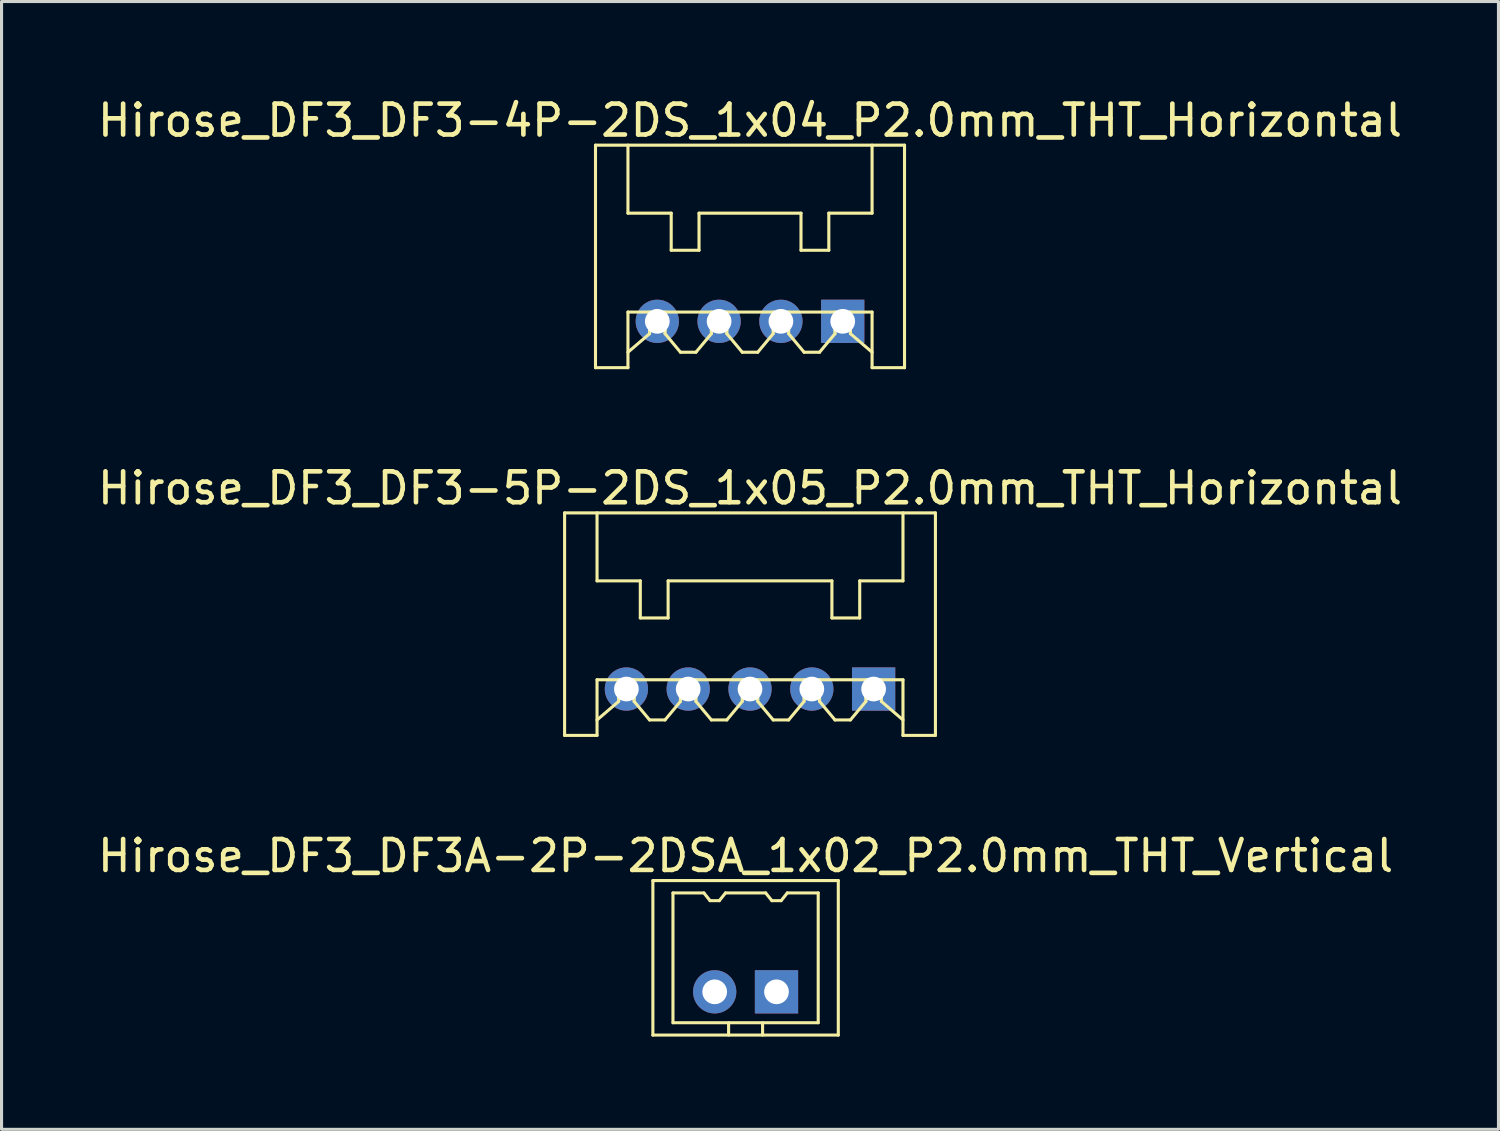
<source format=kicad_pcb>
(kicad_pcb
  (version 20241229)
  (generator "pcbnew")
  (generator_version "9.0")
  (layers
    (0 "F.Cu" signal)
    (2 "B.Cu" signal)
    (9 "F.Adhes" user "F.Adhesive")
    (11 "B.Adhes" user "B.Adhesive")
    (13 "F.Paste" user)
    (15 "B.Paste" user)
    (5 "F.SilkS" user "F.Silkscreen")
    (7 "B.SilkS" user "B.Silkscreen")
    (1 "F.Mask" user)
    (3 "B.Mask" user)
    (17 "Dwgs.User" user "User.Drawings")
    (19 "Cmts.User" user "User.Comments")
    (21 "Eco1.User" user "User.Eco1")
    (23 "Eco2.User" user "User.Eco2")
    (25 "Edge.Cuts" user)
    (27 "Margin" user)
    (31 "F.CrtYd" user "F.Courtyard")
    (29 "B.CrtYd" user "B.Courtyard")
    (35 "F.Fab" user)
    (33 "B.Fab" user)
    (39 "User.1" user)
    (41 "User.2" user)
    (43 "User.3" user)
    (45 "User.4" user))
  (footprint "Hirose_DF3_DF3-5P-2DS_1x05_P2.0mm_THT_Horizontal"
    (layer "F.Cu")
    (at 21.22 19.247)
    (property "Reference" "Hirose_DF3_DF3-5P-2DS_1x05_P2.0mm_THT_Horizontal" (at 0 -6.5 0) (layer "F.SilkS") (effects (font (size 1 1) (thickness 0.15))))
    (attr through_hole)
    (fp_line (start -6 -5.7) (end 6 -5.7) (stroke (width 0.1) (type solid)) (layer "F.SilkS"))
    (fp_line (start -6 1.5) (end -6 -5.7) (stroke (width 0.1) (type solid)) (layer "F.SilkS"))
    (fp_line (start -6 1.5) (end -4.95 1.5) (stroke (width 0.1) (type solid)) (layer "F.SilkS"))
    (fp_line (start -4.95 -5.7) (end -4.95 -3.5) (stroke (width 0.1) (type solid)) (layer "F.SilkS"))
    (fp_line (start -4.95 -0.3) (end 4.95 -0.3) (stroke (width 0.1) (type solid)) (layer "F.SilkS"))
    (fp_line (start -4.95 1) (end -4.25 0.4) (stroke (width 0.1) (type solid)) (layer "F.SilkS"))
    (fp_line (start -4.95 1.5) (end -4.95 -0.3) (stroke (width 0.1) (type solid)) (layer "F.SilkS"))
    (fp_line (start -4.25 -0.3) (end -4.25 0.4) (stroke (width 0.1) (type solid)) (layer "F.SilkS"))
    (fp_line (start -4.25 0.3) (end -3.75 0.3) (stroke (width 0.1) (type solid)) (layer "F.SilkS"))
    (fp_line (start -3.75 0.4) (end -3.75 -0.3) (stroke (width 0.1) (type solid)) (layer "F.SilkS"))
    (fp_line (start -3.55 -3.5) (end -4.95 -3.5) (stroke (width 0.1) (type solid)) (layer "F.SilkS"))
    (fp_line (start -3.55 -2.3) (end -3.55 -3.5) (stroke (width 0.1) (type solid)) (layer "F.SilkS"))
    (fp_line (start -3.55 -2.3) (end -2.65 -2.3) (stroke (width 0.1) (type solid)) (layer "F.SilkS"))
    (fp_line (start -3.25 1) (end -3.75 0.4) (stroke (width 0.1) (type solid)) (layer "F.SilkS"))
    (fp_line (start -2.75 1) (end -3.25 1) (stroke (width 0.1) (type solid)) (layer "F.SilkS"))
    (fp_line (start -2.65 -3.5) (end 2.65 -3.5) (stroke (width 0.1) (type solid)) (layer "F.SilkS"))
    (fp_line (start -2.65 -2.3) (end -2.65 -3.5) (stroke (width 0.1) (type solid)) (layer "F.SilkS"))
    (fp_line (start -2.25 -0.3) (end -2.25 0.4) (stroke (width 0.1) (type solid)) (layer "F.SilkS"))
    (fp_line (start -2.25 0.3) (end -1.75 0.3) (stroke (width 0.1) (type solid)) (layer "F.SilkS"))
    (fp_line (start -2.25 0.4) (end -2.75 1) (stroke (width 0.1) (type solid)) (layer "F.SilkS"))
    (fp_line (start -1.75 0.4) (end -1.75 -0.3) (stroke (width 0.1) (type solid)) (layer "F.SilkS"))
    (fp_line (start -1.25 1) (end -1.75 0.4) (stroke (width 0.1) (type solid)) (layer "F.SilkS"))
    (fp_line (start -0.75 1) (end -1.25 1) (stroke (width 0.1) (type solid)) (layer "F.SilkS"))
    (fp_line (start -0.25 0.3) (end 0.25 0.3) (stroke (width 0.1) (type solid)) (layer "F.SilkS"))
    (fp_line (start -0.25 0.4) (end -0.75 1) (stroke (width 0.1) (type solid)) (layer "F.SilkS"))
    (fp_line (start -0.25 0.4) (end -0.25 -0.3) (stroke (width 0.1) (type solid)) (layer "F.SilkS"))
    (fp_line (start 0.25 0.4) (end 0.25 -0.3) (stroke (width 0.1) (type solid)) (layer "F.SilkS"))
    (fp_line (start 0.75 1) (end 0.25 0.4) (stroke (width 0.1) (type solid)) (layer "F.SilkS"))
    (fp_line (start 1.25 1) (end 0.75 1) (stroke (width 0.1) (type solid)) (layer "F.SilkS"))
    (fp_line (start 1.75 0.3) (end 2.25 0.3) (stroke (width 0.1) (type solid)) (layer "F.SilkS"))
    (fp_line (start 1.75 0.4) (end 1.25 1) (stroke (width 0.1) (type solid)) (layer "F.SilkS"))
    (fp_line (start 1.75 0.4) (end 1.75 -0.3) (stroke (width 0.1) (type solid)) (layer "F.SilkS"))
    (fp_line (start 2.25 -0.3) (end 2.25 0.4) (stroke (width 0.1) (type solid)) (layer "F.SilkS"))
    (fp_line (start 2.25 0.4) (end 2.75 1) (stroke (width 0.1) (type solid)) (layer "F.SilkS"))
    (fp_line (start 2.65 -3.5) (end 2.65 -2.3) (stroke (width 0.1) (type solid)) (layer "F.SilkS"))
    (fp_line (start 2.65 -2.3) (end 3.55 -2.3) (stroke (width 0.1) (type solid)) (layer "F.SilkS"))
    (fp_line (start 2.75 1) (end 3.25 1) (stroke (width 0.1) (type solid)) (layer "F.SilkS"))
    (fp_line (start 3.25 1) (end 3.75 0.4) (stroke (width 0.1) (type solid)) (layer "F.SilkS"))
    (fp_line (start 3.55 -3.5) (end 4.95 -3.5) (stroke (width 0.1) (type solid)) (layer "F.SilkS"))
    (fp_line (start 3.55 -2.3) (end 3.55 -3.5) (stroke (width 0.1) (type solid)) (layer "F.SilkS"))
    (fp_line (start 3.75 0.3) (end 4.25 0.3) (stroke (width 0.1) (type solid)) (layer "F.SilkS"))
    (fp_line (start 3.75 0.4) (end 3.75 -0.3) (stroke (width 0.1) (type solid)) (layer "F.SilkS"))
    (fp_line (start 4.25 0.4) (end 4.25 -0.3) (stroke (width 0.1) (type solid)) (layer "F.SilkS"))
    (fp_line (start 4.95 -3.5) (end 4.95 -5.7) (stroke (width 0.1) (type solid)) (layer "F.SilkS"))
    (fp_line (start 4.95 -0.3) (end 4.95 1.5) (stroke (width 0.1) (type solid)) (layer "F.SilkS"))
    (fp_line (start 4.95 1) (end 4.25 0.4) (stroke (width 0.1) (type solid)) (layer "F.SilkS"))
    (fp_line (start 4.95 1.5) (end 6 1.5) (stroke (width 0.1) (type solid)) (layer "F.SilkS"))
    (fp_line (start 6 1.5) (end 6 -5.7) (stroke (width 0.1) (type solid)) (layer "F.SilkS"))
    (pad "1" thru_hole rect (at 4 0) (size 1.4 1.4) (drill 0.8) (layers "*.Cu" "*.Mask"))
    (pad "2" thru_hole circle (at 2 0) (size 1.4 1.4) (drill 0.8) (layers "*.Cu" "*.Mask"))
    (pad "3" thru_hole circle (at 0 0) (size 1.4 1.4) (drill 0.8) (layers "*.Cu" "*.Mask"))
    (pad "4" thru_hole circle (at -2 0) (size 1.4 1.4) (drill 0.8) (layers "*.Cu" "*.Mask"))
    (pad "5" thru_hole circle (at -4 0) (size 1.4 1.4) (drill 0.8) (layers "*.Cu" "*.Mask")))
  (footprint "Hirose_DF3_DF3-4P-2DS_1x04_P2.0mm_THT_Horizontal"
    (layer "F.Cu")
    (at 21.22 7.348)
    (property "Reference" "Hirose_DF3_DF3-4P-2DS_1x04_P2.0mm_THT_Horizontal" (at 0 -6.5 0) (layer "F.SilkS") (effects (font (size 1 1) (thickness 0.15))))
    (attr through_hole)
    (fp_line (start -5 -5.7) (end 5 -5.7) (stroke (width 0.1) (type solid)) (layer "F.SilkS"))
    (fp_line (start -5 1.5) (end -5 -5.7) (stroke (width 0.1) (type solid)) (layer "F.SilkS"))
    (fp_line (start -5 1.5) (end -3.95 1.5) (stroke (width 0.1) (type solid)) (layer "F.SilkS"))
    (fp_line (start -3.95 -5.7) (end -3.95 -3.5) (stroke (width 0.1) (type solid)) (layer "F.SilkS"))
    (fp_line (start -3.95 -0.3) (end 3.95 -0.3) (stroke (width 0.1) (type solid)) (layer "F.SilkS"))
    (fp_line (start -3.95 1) (end -3.25 0.4) (stroke (width 0.1) (type solid)) (layer "F.SilkS"))
    (fp_line (start -3.95 1.5) (end -3.95 -0.3) (stroke (width 0.1) (type solid)) (layer "F.SilkS"))
    (fp_line (start -3.25 -0.3) (end -3.25 0.4) (stroke (width 0.1) (type solid)) (layer "F.SilkS"))
    (fp_line (start -3.25 0.3) (end -2.75 0.3) (stroke (width 0.1) (type solid)) (layer "F.SilkS"))
    (fp_line (start -2.75 0.4) (end -2.75 -0.3) (stroke (width 0.1) (type solid)) (layer "F.SilkS"))
    (fp_line (start -2.55 -3.5) (end -3.95 -3.5) (stroke (width 0.1) (type solid)) (layer "F.SilkS"))
    (fp_line (start -2.55 -2.3) (end -2.55 -3.5) (stroke (width 0.1) (type solid)) (layer "F.SilkS"))
    (fp_line (start -2.55 -2.3) (end -1.65 -2.3) (stroke (width 0.1) (type solid)) (layer "F.SilkS"))
    (fp_line (start -2.25 1) (end -2.75 0.4) (stroke (width 0.1) (type solid)) (layer "F.SilkS"))
    (fp_line (start -1.75 1) (end -2.25 1) (stroke (width 0.1) (type solid)) (layer "F.SilkS"))
    (fp_line (start -1.65 -3.5) (end 1.65 -3.5) (stroke (width 0.1) (type solid)) (layer "F.SilkS"))
    (fp_line (start -1.65 -2.3) (end -1.65 -3.5) (stroke (width 0.1) (type solid)) (layer "F.SilkS"))
    (fp_line (start -1.25 0.3) (end -0.75 0.3) (stroke (width 0.1) (type solid)) (layer "F.SilkS"))
    (fp_line (start -1.25 0.4) (end -1.75 1) (stroke (width 0.1) (type solid)) (layer "F.SilkS"))
    (fp_line (start -1.25 0.4) (end -1.25 -0.3) (stroke (width 0.1) (type solid)) (layer "F.SilkS"))
    (fp_line (start -0.75 0.4) (end -0.75 -0.3) (stroke (width 0.1) (type solid)) (layer "F.SilkS"))
    (fp_line (start -0.25 1) (end -0.75 0.4) (stroke (width 0.1) (type solid)) (layer "F.SilkS"))
    (fp_line (start 0.25 1) (end -0.25 1) (stroke (width 0.1) (type solid)) (layer "F.SilkS"))
    (fp_line (start 0.75 0.3) (end 1.25 0.3) (stroke (width 0.1) (type solid)) (layer "F.SilkS"))
    (fp_line (start 0.75 0.4) (end 0.25 1) (stroke (width 0.1) (type solid)) (layer "F.SilkS"))
    (fp_line (start 0.75 0.4) (end 0.75 -0.3) (stroke (width 0.1) (type solid)) (layer "F.SilkS"))
    (fp_line (start 1.25 -0.3) (end 1.25 0.4) (stroke (width 0.1) (type solid)) (layer "F.SilkS"))
    (fp_line (start 1.25 0.4) (end 1.75 1) (stroke (width 0.1) (type solid)) (layer "F.SilkS"))
    (fp_line (start 1.65 -3.5) (end 1.65 -2.3) (stroke (width 0.1) (type solid)) (layer "F.SilkS"))
    (fp_line (start 1.65 -2.3) (end 2.55 -2.3) (stroke (width 0.1) (type solid)) (layer "F.SilkS"))
    (fp_line (start 1.75 1) (end 2.25 1) (stroke (width 0.1) (type solid)) (layer "F.SilkS"))
    (fp_line (start 2.25 1) (end 2.75 0.4) (stroke (width 0.1) (type solid)) (layer "F.SilkS"))
    (fp_line (start 2.55 -3.5) (end 3.95 -3.5) (stroke (width 0.1) (type solid)) (layer "F.SilkS"))
    (fp_line (start 2.55 -2.3) (end 2.55 -3.5) (stroke (width 0.1) (type solid)) (layer "F.SilkS"))
    (fp_line (start 2.75 0.3) (end 3.25 0.3) (stroke (width 0.1) (type solid)) (layer "F.SilkS"))
    (fp_line (start 2.75 0.4) (end 2.75 -0.3) (stroke (width 0.1) (type solid)) (layer "F.SilkS"))
    (fp_line (start 3.25 0.4) (end 3.25 -0.3) (stroke (width 0.1) (type solid)) (layer "F.SilkS"))
    (fp_line (start 3.95 -3.5) (end 3.95 -5.7) (stroke (width 0.1) (type solid)) (layer "F.SilkS"))
    (fp_line (start 3.95 -0.3) (end 3.95 1.5) (stroke (width 0.1) (type solid)) (layer "F.SilkS"))
    (fp_line (start 3.95 1) (end 3.25 0.4) (stroke (width 0.1) (type solid)) (layer "F.SilkS"))
    (fp_line (start 3.95 1.5) (end 5 1.5) (stroke (width 0.1) (type solid)) (layer "F.SilkS"))
    (fp_line (start 5 1.5) (end 5 -5.7) (stroke (width 0.1) (type solid)) (layer "F.SilkS"))
    (pad "1" thru_hole rect (at 3 0) (size 1.4 1.4) (drill 0.8) (layers "*.Cu" "*.Mask"))
    (pad "2" thru_hole circle (at 1 0) (size 1.4 1.4) (drill 0.8) (layers "*.Cu" "*.Mask"))
    (pad "3" thru_hole circle (at -1 0) (size 1.4 1.4) (drill 0.8) (layers "*.Cu" "*.Mask"))
    (pad "4" thru_hole circle (at -3 0) (size 1.4 1.4) (drill 0.8) (layers "*.Cu" "*.Mask")))
  (footprint "Hirose_DF3_DF3A-2P-2DSA_1x02_P2.0mm_THT_Vertical"
    (layer "F.Cu")
    (at 21.077 29.045)
    (property "Reference" "Hirose_DF3_DF3A-2P-2DSA_1x02_P2.0mm_THT_Vertical" (at 0 -4.4 0) (layer "F.SilkS") (effects (font (size 1 1) (thickness 0.15))))
    (attr through_hole)
    (fp_line (start -3 -3.6) (end 3 -3.6) (stroke (width 0.1) (type solid)) (layer "F.SilkS"))
    (fp_line (start -3 1.4) (end -3 -3.6) (stroke (width 0.1) (type solid)) (layer "F.SilkS"))
    (fp_line (start -3 1.4) (end 3 1.4) (stroke (width 0.1) (type solid)) (layer "F.SilkS"))
    (fp_line (start -2.35 -3.2) (end -2.35 1) (stroke (width 0.1) (type solid)) (layer "F.SilkS"))
    (fp_line (start -2.35 1) (end 2.35 1) (stroke (width 0.1) (type solid)) (layer "F.SilkS"))
    (fp_line (start -1.35 -3.2) (end -2.35 -3.2) (stroke (width 0.1) (type solid)) (layer "F.SilkS"))
    (fp_line (start -1.35 -3.2) (end -1.15 -2.95) (stroke (width 0.1) (type solid)) (layer "F.SilkS"))
    (fp_line (start -1.15 -2.95) (end -0.85 -2.95) (stroke (width 0.1) (type solid)) (layer "F.SilkS"))
    (fp_line (start -0.85 -2.95) (end -0.65 -3.2) (stroke (width 0.1) (type solid)) (layer "F.SilkS"))
    (fp_line (start -0.55 1) (end -0.55 1.4) (stroke (width 0.1) (type solid)) (layer "F.SilkS"))
    (fp_line (start 0.55 1.4) (end 0.55 1) (stroke (width 0.1) (type solid)) (layer "F.SilkS"))
    (fp_line (start 0.65 -3.2) (end -0.65 -3.2) (stroke (width 0.1) (type solid)) (layer "F.SilkS"))
    (fp_line (start 0.65 -3.2) (end 0.85 -2.95) (stroke (width 0.1) (type solid)) (layer "F.SilkS"))
    (fp_line (start 0.85 -2.95) (end 1.15 -2.95) (stroke (width 0.1) (type solid)) (layer "F.SilkS"))
    (fp_line (start 1.15 -2.95) (end 1.35 -3.2) (stroke (width 0.1) (type solid)) (layer "F.SilkS"))
    (fp_line (start 2.35 -3.2) (end 1.35 -3.2) (stroke (width 0.1) (type solid)) (layer "F.SilkS"))
    (fp_line (start 2.35 1) (end 2.35 -3.2) (stroke (width 0.1) (type solid)) (layer "F.SilkS"))
    (fp_line (start 3 1.4) (end 3 -3.6) (stroke (width 0.1) (type solid)) (layer "F.SilkS"))
    (pad "1" thru_hole rect (at 1 0) (size 1.4 1.4) (drill 0.8) (layers "*.Cu" "*.Mask"))
    (pad "2" thru_hole circle (at -1 0) (size 1.4 1.4) (drill 0.8) (layers "*.Cu" "*.Mask")))
  (gr_rect
    (start -3 -3)
    (end 45.44 33.495)
    (stroke (width 0.1) (type default))
    (fill no)
    (layer "Edge.Cuts")))
</source>
